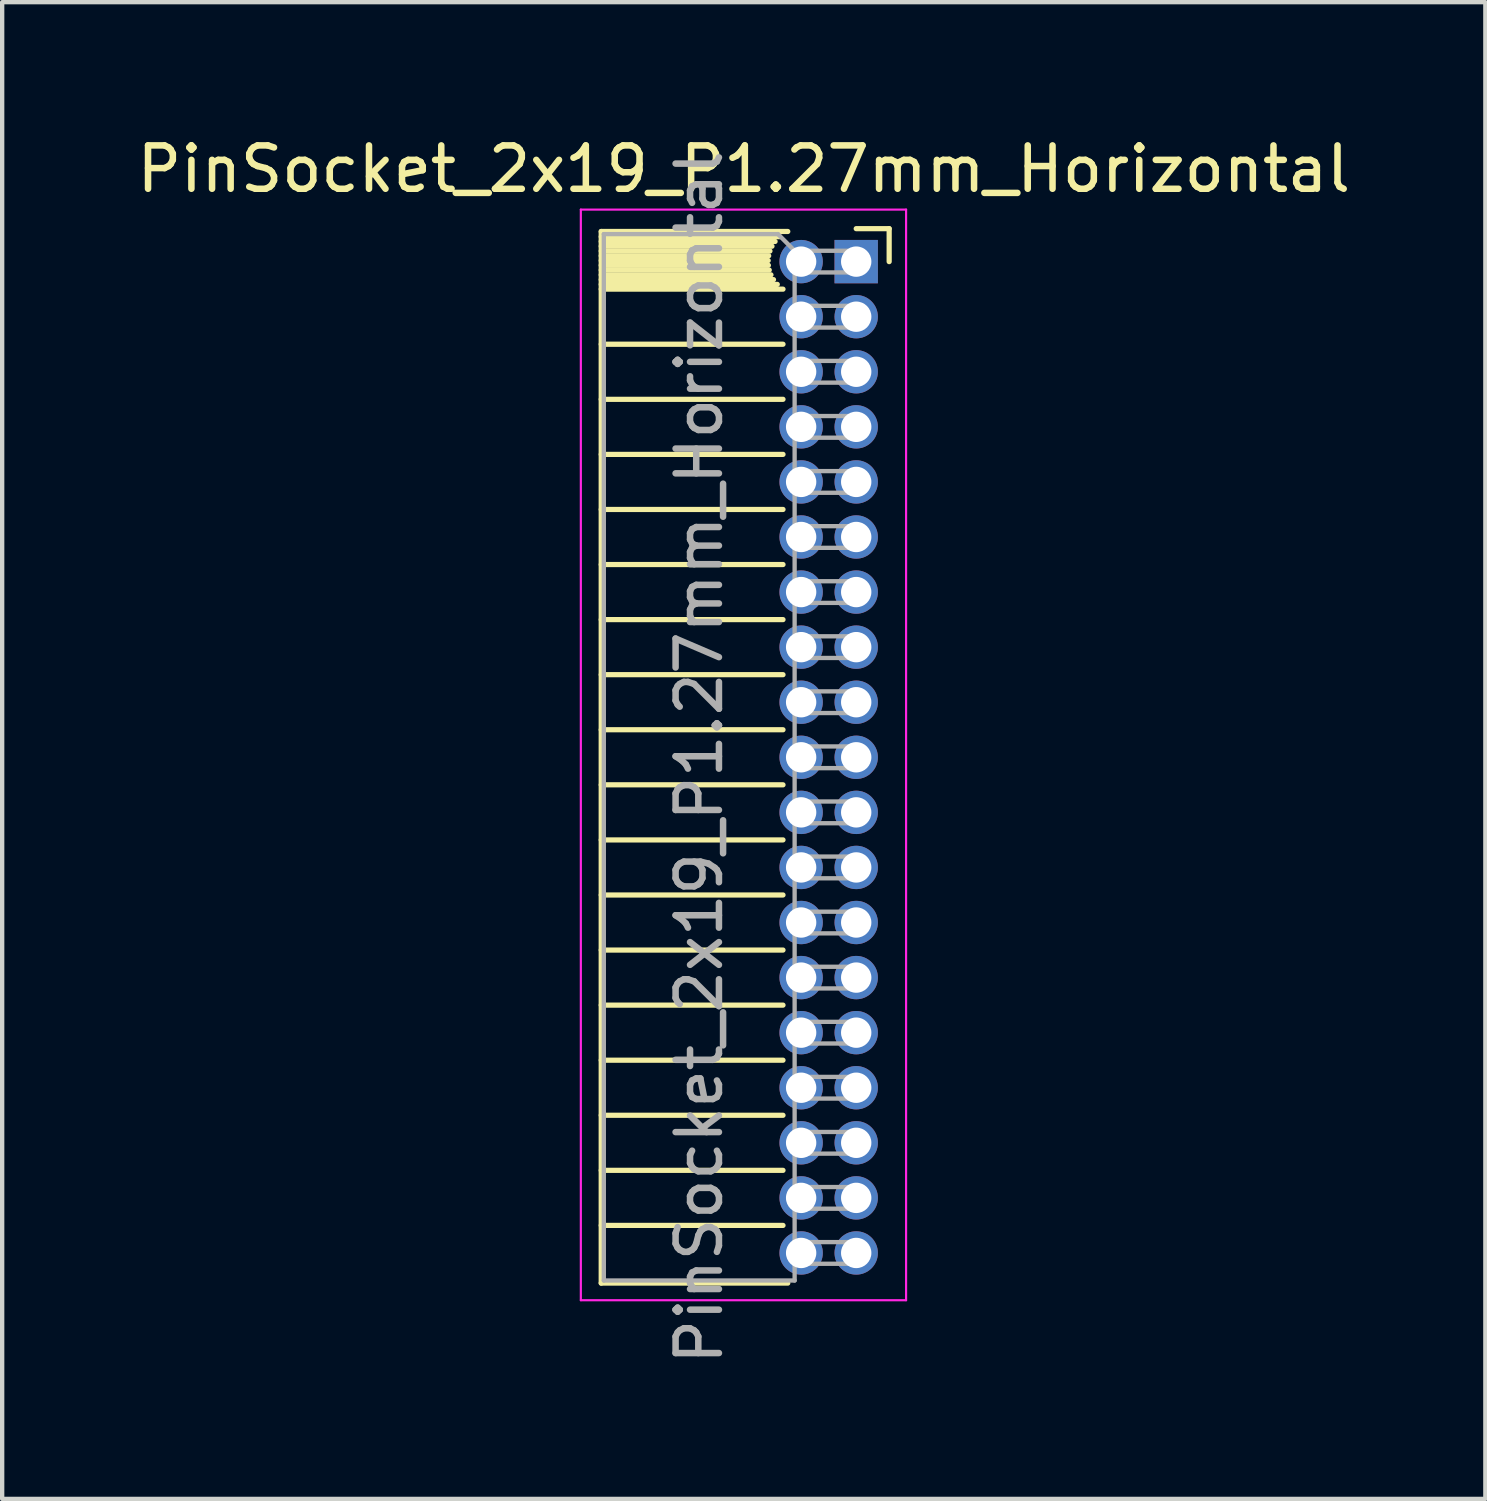
<source format=kicad_pcb>
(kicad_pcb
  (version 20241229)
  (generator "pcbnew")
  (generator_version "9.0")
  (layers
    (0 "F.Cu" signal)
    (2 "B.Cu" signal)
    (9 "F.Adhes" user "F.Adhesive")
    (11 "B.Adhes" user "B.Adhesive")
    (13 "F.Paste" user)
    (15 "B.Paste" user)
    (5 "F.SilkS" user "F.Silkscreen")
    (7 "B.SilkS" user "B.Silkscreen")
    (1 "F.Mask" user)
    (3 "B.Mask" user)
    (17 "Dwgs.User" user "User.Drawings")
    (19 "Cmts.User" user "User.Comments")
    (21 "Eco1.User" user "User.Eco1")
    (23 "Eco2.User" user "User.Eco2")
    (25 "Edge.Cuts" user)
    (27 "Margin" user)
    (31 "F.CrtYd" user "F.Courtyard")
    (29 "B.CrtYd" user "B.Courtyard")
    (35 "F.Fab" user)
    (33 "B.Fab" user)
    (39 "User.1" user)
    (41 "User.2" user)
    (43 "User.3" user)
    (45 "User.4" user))
  (footprint "PinSocket_2x19_P1.27mm_Horizontal"
    (layer "F.Cu")
    (at 16.694 2.983)
    (property "Reference" "PinSocket_2x19_P1.27mm_Horizontal" (at -2.592 -2.135 0) (layer "F.SilkS") (effects (font (size 1 1) (thickness 0.15))))
    (attr through_hole)
    (fp_line (start -5.88 -0.695) (end -5.88 23.555) (stroke (width 0.12) (type solid)) (layer "F.SilkS"))
    (fp_line (start -5.88 -0.695) (end -1.578 -0.695) (stroke (width 0.12) (type solid)) (layer "F.SilkS"))
    (fp_line (start -5.88 -0.575) (end -1.767 -0.575) (stroke (width 0.12) (type solid)) (layer "F.SilkS"))
    (fp_line (start -5.88 -0.465) (end -1.871 -0.465) (stroke (width 0.12) (type solid)) (layer "F.SilkS"))
    (fp_line (start -5.88 -0.355) (end -1.942 -0.355) (stroke (width 0.12) (type solid)) (layer "F.SilkS"))
    (fp_line (start -5.88 -0.245) (end -1.989 -0.245) (stroke (width 0.12) (type solid)) (layer "F.SilkS"))
    (fp_line (start -5.88 -0.135) (end -2.018 -0.135) (stroke (width 0.12) (type solid)) (layer "F.SilkS"))
    (fp_line (start -5.88 -0.025) (end -2.03 -0.025) (stroke (width 0.12) (type solid)) (layer "F.SilkS"))
    (fp_line (start -5.88 0.085) (end -2.025 0.085) (stroke (width 0.12) (type solid)) (layer "F.SilkS"))
    (fp_line (start -5.88 0.195) (end -2.005 0.195) (stroke (width 0.12) (type solid)) (layer "F.SilkS"))
    (fp_line (start -5.88 0.305) (end -1.966 0.305) (stroke (width 0.12) (type solid)) (layer "F.SilkS"))
    (fp_line (start -5.88 0.415) (end -1.907 0.415) (stroke (width 0.12) (type solid)) (layer "F.SilkS"))
    (fp_line (start -5.88 0.525) (end -1.82 0.525) (stroke (width 0.12) (type solid)) (layer "F.SilkS"))
    (fp_line (start -5.88 0.635) (end -1.688 0.635) (stroke (width 0.12) (type solid)) (layer "F.SilkS"))
    (fp_line (start -5.88 1.905) (end -1.688 1.905) (stroke (width 0.12) (type solid)) (layer "F.SilkS"))
    (fp_line (start -5.88 3.175) (end -1.688 3.175) (stroke (width 0.12) (type solid)) (layer "F.SilkS"))
    (fp_line (start -5.88 4.445) (end -1.688 4.445) (stroke (width 0.12) (type solid)) (layer "F.SilkS"))
    (fp_line (start -5.88 5.715) (end -1.688 5.715) (stroke (width 0.12) (type solid)) (layer "F.SilkS"))
    (fp_line (start -5.88 6.985) (end -1.688 6.985) (stroke (width 0.12) (type solid)) (layer "F.SilkS"))
    (fp_line (start -5.88 8.255) (end -1.688 8.255) (stroke (width 0.12) (type solid)) (layer "F.SilkS"))
    (fp_line (start -5.88 9.525) (end -1.688 9.525) (stroke (width 0.12) (type solid)) (layer "F.SilkS"))
    (fp_line (start -5.88 10.795) (end -1.688 10.795) (stroke (width 0.12) (type solid)) (layer "F.SilkS"))
    (fp_line (start -5.88 12.065) (end -1.688 12.065) (stroke (width 0.12) (type solid)) (layer "F.SilkS"))
    (fp_line (start -5.88 13.335) (end -1.688 13.335) (stroke (width 0.12) (type solid)) (layer "F.SilkS"))
    (fp_line (start -5.88 14.605) (end -1.688 14.605) (stroke (width 0.12) (type solid)) (layer "F.SilkS"))
    (fp_line (start -5.88 15.875) (end -1.688 15.875) (stroke (width 0.12) (type solid)) (layer "F.SilkS"))
    (fp_line (start -5.88 17.145) (end -1.688 17.145) (stroke (width 0.12) (type solid)) (layer "F.SilkS"))
    (fp_line (start -5.88 18.415) (end -1.688 18.415) (stroke (width 0.12) (type solid)) (layer "F.SilkS"))
    (fp_line (start -5.88 19.685) (end -1.688 19.685) (stroke (width 0.12) (type solid)) (layer "F.SilkS"))
    (fp_line (start -5.88 20.955) (end -1.688 20.955) (stroke (width 0.12) (type solid)) (layer "F.SilkS"))
    (fp_line (start -5.88 22.225) (end -1.688 22.225) (stroke (width 0.12) (type solid)) (layer "F.SilkS"))
    (fp_line (start -5.88 23.555) (end -1.578 23.555) (stroke (width 0.12) (type solid)) (layer "F.SilkS"))
    (fp_line (start 0 -0.76) (end 0.76 -0.76) (stroke (width 0.12) (type solid)) (layer "F.SilkS"))
    (fp_line (start 0.76 -0.76) (end 0.76 0) (stroke (width 0.12) (type solid)) (layer "F.SilkS"))
    (fp_line (start -6.35 -1.2) (end -6.35 23.95) (stroke (width 0.05) (type solid)) (layer "F.CrtYd"))
    (fp_line (start -6.35 23.95) (end 1.15 23.95) (stroke (width 0.05) (type solid)) (layer "F.CrtYd"))
    (fp_line (start 1.15 -1.2) (end -6.35 -1.2) (stroke (width 0.05) (type solid)) (layer "F.CrtYd"))
    (fp_line (start 1.15 23.95) (end 1.15 -1.2) (stroke (width 0.05) (type solid)) (layer "F.CrtYd"))
    (fp_line (start -5.82 -0.635) (end -1.805 -0.635) (stroke (width 0.1) (type solid)) (layer "F.Fab"))
    (fp_line (start -5.82 23.495) (end -5.82 -0.635) (stroke (width 0.1) (type solid)) (layer "F.Fab"))
    (fp_line (start -1.805 -0.635) (end -1.42 -0.25) (stroke (width 0.1) (type solid)) (layer "F.Fab"))
    (fp_line (start -1.42 -0.25) (end -1.42 23.495) (stroke (width 0.1) (type solid)) (layer "F.Fab"))
    (fp_line (start -1.42 0.25) (end 0 0.25) (stroke (width 0.1) (type solid)) (layer "F.Fab"))
    (fp_line (start -1.42 1.52) (end 0 1.52) (stroke (width 0.1) (type solid)) (layer "F.Fab"))
    (fp_line (start -1.42 2.79) (end 0 2.79) (stroke (width 0.1) (type solid)) (layer "F.Fab"))
    (fp_line (start -1.42 4.06) (end 0 4.06) (stroke (width 0.1) (type solid)) (layer "F.Fab"))
    (fp_line (start -1.42 5.33) (end 0 5.33) (stroke (width 0.1) (type solid)) (layer "F.Fab"))
    (fp_line (start -1.42 6.6) (end 0 6.6) (stroke (width 0.1) (type solid)) (layer "F.Fab"))
    (fp_line (start -1.42 7.87) (end 0 7.87) (stroke (width 0.1) (type solid)) (layer "F.Fab"))
    (fp_line (start -1.42 9.14) (end 0 9.14) (stroke (width 0.1) (type solid)) (layer "F.Fab"))
    (fp_line (start -1.42 10.41) (end 0 10.41) (stroke (width 0.1) (type solid)) (layer "F.Fab"))
    (fp_line (start -1.42 11.68) (end 0 11.68) (stroke (width 0.1) (type solid)) (layer "F.Fab"))
    (fp_line (start -1.42 12.95) (end 0 12.95) (stroke (width 0.1) (type solid)) (layer "F.Fab"))
    (fp_line (start -1.42 14.22) (end 0 14.22) (stroke (width 0.1) (type solid)) (layer "F.Fab"))
    (fp_line (start -1.42 15.49) (end 0 15.49) (stroke (width 0.1) (type solid)) (layer "F.Fab"))
    (fp_line (start -1.42 16.76) (end 0 16.76) (stroke (width 0.1) (type solid)) (layer "F.Fab"))
    (fp_line (start -1.42 18.03) (end 0 18.03) (stroke (width 0.1) (type solid)) (layer "F.Fab"))
    (fp_line (start -1.42 19.3) (end 0 19.3) (stroke (width 0.1) (type solid)) (layer "F.Fab"))
    (fp_line (start -1.42 20.57) (end 0 20.57) (stroke (width 0.1) (type solid)) (layer "F.Fab"))
    (fp_line (start -1.42 21.84) (end 0 21.84) (stroke (width 0.1) (type solid)) (layer "F.Fab"))
    (fp_line (start -1.42 23.11) (end 0 23.11) (stroke (width 0.1) (type solid)) (layer "F.Fab"))
    (fp_line (start -1.42 23.495) (end -5.82 23.495) (stroke (width 0.1) (type solid)) (layer "F.Fab"))
    (fp_line (start 0 -0.25) (end -1.42 -0.25) (stroke (width 0.1) (type solid)) (layer "F.Fab"))
    (fp_line (start 0 0.25) (end 0 -0.25) (stroke (width 0.1) (type solid)) (layer "F.Fab"))
    (fp_line (start 0 1.02) (end -1.42 1.02) (stroke (width 0.1) (type solid)) (layer "F.Fab"))
    (fp_line (start 0 1.52) (end 0 1.02) (stroke (width 0.1) (type solid)) (layer "F.Fab"))
    (fp_line (start 0 2.29) (end -1.42 2.29) (stroke (width 0.1) (type solid)) (layer "F.Fab"))
    (fp_line (start 0 2.79) (end 0 2.29) (stroke (width 0.1) (type solid)) (layer "F.Fab"))
    (fp_line (start 0 3.56) (end -1.42 3.56) (stroke (width 0.1) (type solid)) (layer "F.Fab"))
    (fp_line (start 0 4.06) (end 0 3.56) (stroke (width 0.1) (type solid)) (layer "F.Fab"))
    (fp_line (start 0 4.83) (end -1.42 4.83) (stroke (width 0.1) (type solid)) (layer "F.Fab"))
    (fp_line (start 0 5.33) (end 0 4.83) (stroke (width 0.1) (type solid)) (layer "F.Fab"))
    (fp_line (start 0 6.1) (end -1.42 6.1) (stroke (width 0.1) (type solid)) (layer "F.Fab"))
    (fp_line (start 0 6.6) (end 0 6.1) (stroke (width 0.1) (type solid)) (layer "F.Fab"))
    (fp_line (start 0 7.37) (end -1.42 7.37) (stroke (width 0.1) (type solid)) (layer "F.Fab"))
    (fp_line (start 0 7.87) (end 0 7.37) (stroke (width 0.1) (type solid)) (layer "F.Fab"))
    (fp_line (start 0 8.64) (end -1.42 8.64) (stroke (width 0.1) (type solid)) (layer "F.Fab"))
    (fp_line (start 0 9.14) (end 0 8.64) (stroke (width 0.1) (type solid)) (layer "F.Fab"))
    (fp_line (start 0 9.91) (end -1.42 9.91) (stroke (width 0.1) (type solid)) (layer "F.Fab"))
    (fp_line (start 0 10.41) (end 0 9.91) (stroke (width 0.1) (type solid)) (layer "F.Fab"))
    (fp_line (start 0 11.18) (end -1.42 11.18) (stroke (width 0.1) (type solid)) (layer "F.Fab"))
    (fp_line (start 0 11.68) (end 0 11.18) (stroke (width 0.1) (type solid)) (layer "F.Fab"))
    (fp_line (start 0 12.45) (end -1.42 12.45) (stroke (width 0.1) (type solid)) (layer "F.Fab"))
    (fp_line (start 0 12.95) (end 0 12.45) (stroke (width 0.1) (type solid)) (layer "F.Fab"))
    (fp_line (start 0 13.72) (end -1.42 13.72) (stroke (width 0.1) (type solid)) (layer "F.Fab"))
    (fp_line (start 0 14.22) (end 0 13.72) (stroke (width 0.1) (type solid)) (layer "F.Fab"))
    (fp_line (start 0 14.99) (end -1.42 14.99) (stroke (width 0.1) (type solid)) (layer "F.Fab"))
    (fp_line (start 0 15.49) (end 0 14.99) (stroke (width 0.1) (type solid)) (layer "F.Fab"))
    (fp_line (start 0 16.26) (end -1.42 16.26) (stroke (width 0.1) (type solid)) (layer "F.Fab"))
    (fp_line (start 0 16.76) (end 0 16.26) (stroke (width 0.1) (type solid)) (layer "F.Fab"))
    (fp_line (start 0 17.53) (end -1.42 17.53) (stroke (width 0.1) (type solid)) (layer "F.Fab"))
    (fp_line (start 0 18.03) (end 0 17.53) (stroke (width 0.1) (type solid)) (layer "F.Fab"))
    (fp_line (start 0 18.8) (end -1.42 18.8) (stroke (width 0.1) (type solid)) (layer "F.Fab"))
    (fp_line (start 0 19.3) (end 0 18.8) (stroke (width 0.1) (type solid)) (layer "F.Fab"))
    (fp_line (start 0 20.07) (end -1.42 20.07) (stroke (width 0.1) (type solid)) (layer "F.Fab"))
    (fp_line (start 0 20.57) (end 0 20.07) (stroke (width 0.1) (type solid)) (layer "F.Fab"))
    (fp_line (start 0 21.34) (end -1.42 21.34) (stroke (width 0.1) (type solid)) (layer "F.Fab"))
    (fp_line (start 0 21.84) (end 0 21.34) (stroke (width 0.1) (type solid)) (layer "F.Fab"))
    (fp_line (start 0 22.61) (end -1.42 22.61) (stroke (width 0.1) (type solid)) (layer "F.Fab"))
    (fp_line (start 0 23.11) (end 0 22.61) (stroke (width 0.1) (type solid)) (layer "F.Fab"))
    (fp_text user "${REFERENCE}" (at -3.62 11.43 90) (layer "F.Fab") (effects (font (size 1 1) (thickness 0.15))))
    (pad "1" thru_hole rect (at 0 0) (size 1 1) (drill 0.7) (layers "*.Cu" "*.Mask"))
    (pad "2" thru_hole oval (at -1.27 0) (size 1 1) (drill 0.7) (layers "*.Cu" "*.Mask"))
    (pad "3" thru_hole oval (at 0 1.27) (size 1 1) (drill 0.7) (layers "*.Cu" "*.Mask"))
    (pad "4" thru_hole oval (at -1.27 1.27) (size 1 1) (drill 0.7) (layers "*.Cu" "*.Mask"))
    (pad "5" thru_hole oval (at 0 2.54) (size 1 1) (drill 0.7) (layers "*.Cu" "*.Mask"))
    (pad "6" thru_hole oval (at -1.27 2.54) (size 1 1) (drill 0.7) (layers "*.Cu" "*.Mask"))
    (pad "7" thru_hole oval (at 0 3.81) (size 1 1) (drill 0.7) (layers "*.Cu" "*.Mask"))
    (pad "8" thru_hole oval (at -1.27 3.81) (size 1 1) (drill 0.7) (layers "*.Cu" "*.Mask"))
    (pad "9" thru_hole oval (at 0 5.08) (size 1 1) (drill 0.7) (layers "*.Cu" "*.Mask"))
    (pad "10" thru_hole oval (at -1.27 5.08) (size 1 1) (drill 0.7) (layers "*.Cu" "*.Mask"))
    (pad "11" thru_hole oval (at 0 6.35) (size 1 1) (drill 0.7) (layers "*.Cu" "*.Mask"))
    (pad "12" thru_hole oval (at -1.27 6.35) (size 1 1) (drill 0.7) (layers "*.Cu" "*.Mask"))
    (pad "13" thru_hole oval (at 0 7.62) (size 1 1) (drill 0.7) (layers "*.Cu" "*.Mask"))
    (pad "14" thru_hole oval (at -1.27 7.62) (size 1 1) (drill 0.7) (layers "*.Cu" "*.Mask"))
    (pad "15" thru_hole oval (at 0 8.89) (size 1 1) (drill 0.7) (layers "*.Cu" "*.Mask"))
    (pad "16" thru_hole oval (at -1.27 8.89) (size 1 1) (drill 0.7) (layers "*.Cu" "*.Mask"))
    (pad "17" thru_hole oval (at 0 10.16) (size 1 1) (drill 0.7) (layers "*.Cu" "*.Mask"))
    (pad "18" thru_hole oval (at -1.27 10.16) (size 1 1) (drill 0.7) (layers "*.Cu" "*.Mask"))
    (pad "19" thru_hole oval (at 0 11.43) (size 1 1) (drill 0.7) (layers "*.Cu" "*.Mask"))
    (pad "20" thru_hole oval (at -1.27 11.43) (size 1 1) (drill 0.7) (layers "*.Cu" "*.Mask"))
    (pad "21" thru_hole oval (at 0 12.7) (size 1 1) (drill 0.7) (layers "*.Cu" "*.Mask"))
    (pad "22" thru_hole oval (at -1.27 12.7) (size 1 1) (drill 0.7) (layers "*.Cu" "*.Mask"))
    (pad "23" thru_hole oval (at 0 13.97) (size 1 1) (drill 0.7) (layers "*.Cu" "*.Mask"))
    (pad "24" thru_hole oval (at -1.27 13.97) (size 1 1) (drill 0.7) (layers "*.Cu" "*.Mask"))
    (pad "25" thru_hole oval (at 0 15.24) (size 1 1) (drill 0.7) (layers "*.Cu" "*.Mask"))
    (pad "26" thru_hole oval (at -1.27 15.24) (size 1 1) (drill 0.7) (layers "*.Cu" "*.Mask"))
    (pad "27" thru_hole oval (at 0 16.51) (size 1 1) (drill 0.7) (layers "*.Cu" "*.Mask"))
    (pad "28" thru_hole oval (at -1.27 16.51) (size 1 1) (drill 0.7) (layers "*.Cu" "*.Mask"))
    (pad "29" thru_hole oval (at 0 17.78) (size 1 1) (drill 0.7) (layers "*.Cu" "*.Mask"))
    (pad "30" thru_hole oval (at -1.27 17.78) (size 1 1) (drill 0.7) (layers "*.Cu" "*.Mask"))
    (pad "31" thru_hole oval (at 0 19.05) (size 1 1) (drill 0.7) (layers "*.Cu" "*.Mask"))
    (pad "32" thru_hole oval (at -1.27 19.05) (size 1 1) (drill 0.7) (layers "*.Cu" "*.Mask"))
    (pad "33" thru_hole oval (at 0 20.32) (size 1 1) (drill 0.7) (layers "*.Cu" "*.Mask"))
    (pad "34" thru_hole oval (at -1.27 20.32) (size 1 1) (drill 0.7) (layers "*.Cu" "*.Mask"))
    (pad "35" thru_hole oval (at 0 21.59) (size 1 1) (drill 0.7) (layers "*.Cu" "*.Mask"))
    (pad "36" thru_hole oval (at -1.27 21.59) (size 1 1) (drill 0.7) (layers "*.Cu" "*.Mask"))
    (pad "37" thru_hole oval (at 0 22.86) (size 1 1) (drill 0.7) (layers "*.Cu" "*.Mask"))
    (pad "38" thru_hole oval (at -1.27 22.86) (size 1 1) (drill 0.7) (layers "*.Cu" "*.Mask")))
  (gr_rect
    (start -3 -3)
    (end 31.202 31.514)
    (stroke (width 0.1) (type default))
    (fill no)
    (layer "Edge.Cuts")))
</source>
